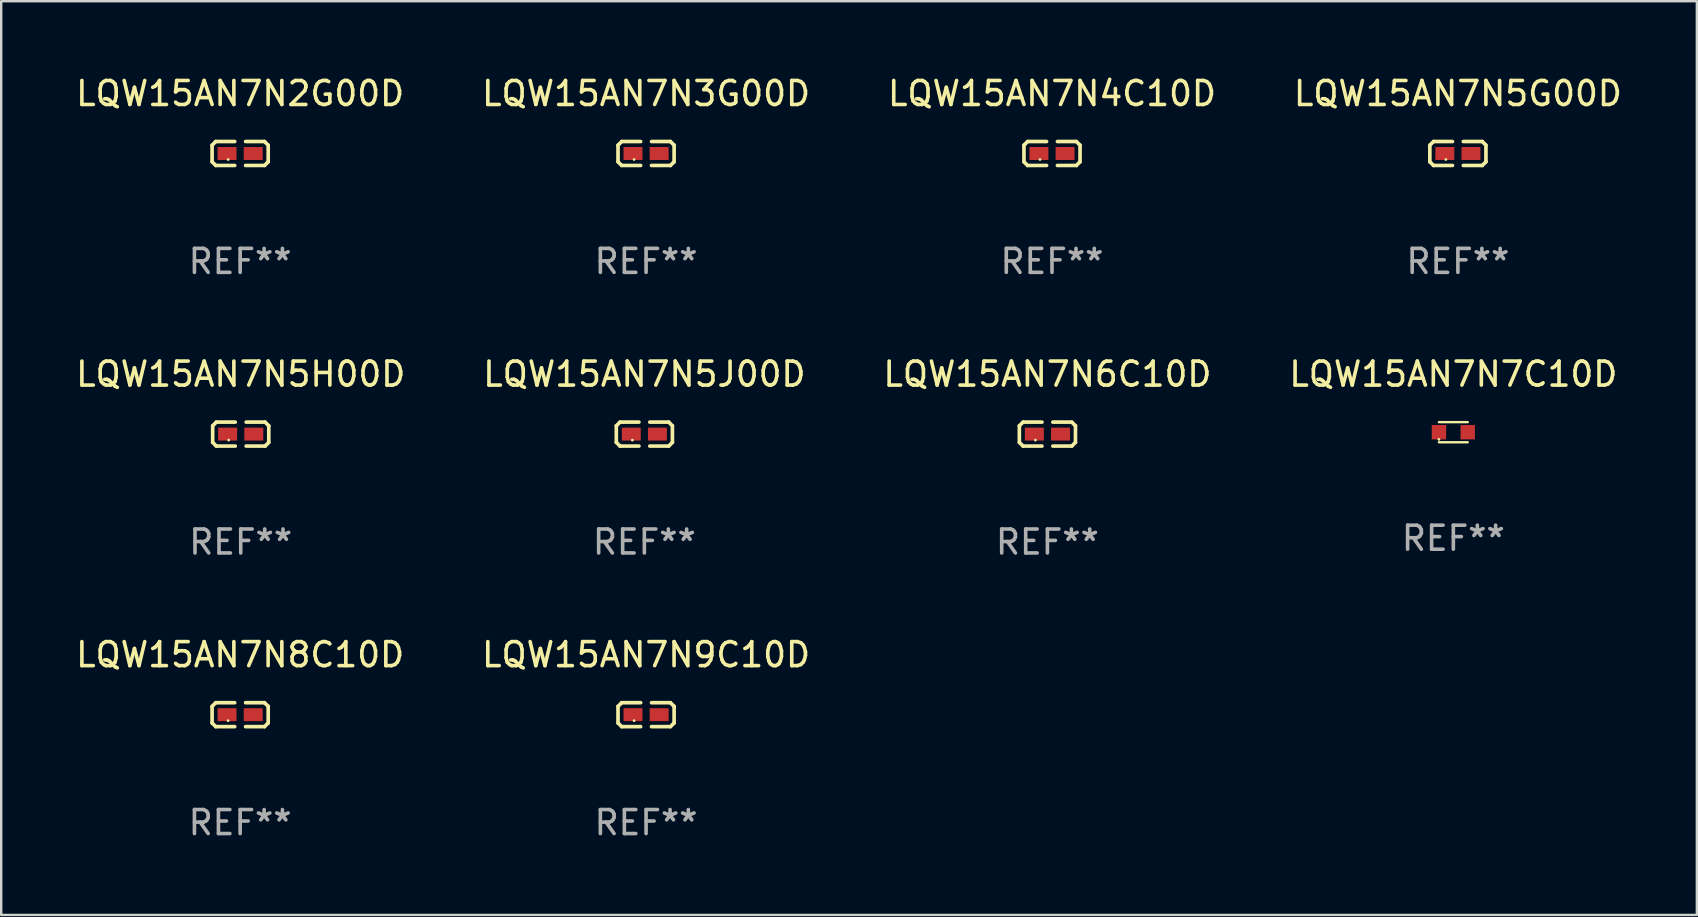
<source format=kicad_pcb>
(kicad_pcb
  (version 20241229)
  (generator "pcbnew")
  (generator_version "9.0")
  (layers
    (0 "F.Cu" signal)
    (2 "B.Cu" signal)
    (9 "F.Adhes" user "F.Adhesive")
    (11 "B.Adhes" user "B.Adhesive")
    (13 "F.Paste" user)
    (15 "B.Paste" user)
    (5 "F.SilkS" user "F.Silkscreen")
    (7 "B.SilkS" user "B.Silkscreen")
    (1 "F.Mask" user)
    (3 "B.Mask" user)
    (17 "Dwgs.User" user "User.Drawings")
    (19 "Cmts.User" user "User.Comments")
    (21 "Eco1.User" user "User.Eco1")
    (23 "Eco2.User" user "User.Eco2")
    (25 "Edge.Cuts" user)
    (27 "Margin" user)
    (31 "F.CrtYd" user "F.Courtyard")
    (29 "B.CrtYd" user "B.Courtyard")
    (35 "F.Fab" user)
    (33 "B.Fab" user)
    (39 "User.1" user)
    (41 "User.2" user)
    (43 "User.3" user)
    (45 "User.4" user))
  (footprint "LQW15AN7N5G00D"
    (layer "F.Cu")
    (at 57.708 3.347)
    (property "Reference" "LQW15AN7N5G00D" (at 0 -2.499 0) (layer "F.SilkS") (effects (font (size 1 1) (thickness 0.15))))
    (attr through_hole)
    (fp_line (start -1.169 -0.346) (end -1.016 -0.499) (stroke (width 0.152) (type solid)) (layer "F.SilkS"))
    (fp_line (start -1.169 0.346) (end -1.169 -0.346) (stroke (width 0.152) (type solid)) (layer "F.SilkS"))
    (fp_line (start -1.016 -0.499) (end -0.226 -0.499) (stroke (width 0.152) (type solid)) (layer "F.SilkS"))
    (fp_line (start -1.016 0.499) (end -1.169 0.346) (stroke (width 0.152) (type solid)) (layer "F.SilkS"))
    (fp_line (start -0.226 0.499) (end -1.016 0.499) (stroke (width 0.152) (type solid)) (layer "F.SilkS"))
    (fp_line (start 0.226 0.499) (end 1.016 0.499) (stroke (width 0.152) (type solid)) (layer "F.SilkS"))
    (fp_line (start 1.016 -0.499) (end 0.226 -0.499) (stroke (width 0.152) (type solid)) (layer "F.SilkS"))
    (fp_line (start 1.016 0.499) (end 1.169 0.346) (stroke (width 0.152) (type solid)) (layer "F.SilkS"))
    (fp_line (start 1.169 -0.346) (end 1.016 -0.499) (stroke (width 0.152) (type solid)) (layer "F.SilkS"))
    (fp_line (start 1.169 0.346) (end 1.169 -0.346) (stroke (width 0.152) (type solid)) (layer "F.SilkS"))
    (fp_circle (center -0.5 0.25) (end -0.47 0.25) (stroke (width 0.06) (type solid)) (fill no) (layer "F.SilkS"))
    (fp_text user "REF**" (at 0 4.499 0) (layer "F.Fab") (effects (font (size 1 1) (thickness 0.15))))
    (pad "1" smd rect (at -0.545 0) (size 0.79 0.54) (layers "F.Cu" "F.Mask" "F.Paste"))
    (pad "2" smd rect (at 0.545 0) (size 0.79 0.54) (layers "F.Cu" "F.Mask" "F.Paste")))
  (footprint "LQW15AN7N5J00D"
    (layer "F.Cu")
    (at 23.804 15.041)
    (property "Reference" "LQW15AN7N5J00D" (at 0 -2.499 0) (layer "F.SilkS") (effects (font (size 1 1) (thickness 0.15))))
    (attr through_hole)
    (fp_line (start -1.169 -0.346) (end -1.016 -0.499) (stroke (width 0.152) (type solid)) (layer "F.SilkS"))
    (fp_line (start -1.169 0.346) (end -1.169 -0.346) (stroke (width 0.152) (type solid)) (layer "F.SilkS"))
    (fp_line (start -1.016 -0.499) (end -0.226 -0.499) (stroke (width 0.152) (type solid)) (layer "F.SilkS"))
    (fp_line (start -1.016 0.499) (end -1.169 0.346) (stroke (width 0.152) (type solid)) (layer "F.SilkS"))
    (fp_line (start -0.226 0.499) (end -1.016 0.499) (stroke (width 0.152) (type solid)) (layer "F.SilkS"))
    (fp_line (start 0.226 0.499) (end 1.016 0.499) (stroke (width 0.152) (type solid)) (layer "F.SilkS"))
    (fp_line (start 1.016 -0.499) (end 0.226 -0.499) (stroke (width 0.152) (type solid)) (layer "F.SilkS"))
    (fp_line (start 1.016 0.499) (end 1.169 0.346) (stroke (width 0.152) (type solid)) (layer "F.SilkS"))
    (fp_line (start 1.169 -0.346) (end 1.016 -0.499) (stroke (width 0.152) (type solid)) (layer "F.SilkS"))
    (fp_line (start 1.169 0.346) (end 1.169 -0.346) (stroke (width 0.152) (type solid)) (layer "F.SilkS"))
    (fp_circle (center -0.5 0.25) (end -0.47 0.25) (stroke (width 0.06) (type solid)) (fill no) (layer "F.SilkS"))
    (fp_text user "REF**" (at 0 4.499 0) (layer "F.Fab") (effects (font (size 1 1) (thickness 0.15))))
    (pad "1" smd rect (at -0.545 0) (size 0.79 0.54) (layers "F.Cu" "F.Mask" "F.Paste"))
    (pad "2" smd rect (at 0.545 0) (size 0.79 0.54) (layers "F.Cu" "F.Mask" "F.Paste")))
  (footprint "LQW15AN7N2G00D"
    (layer "F.Cu")
    (at 6.958 3.347)
    (property "Reference" "LQW15AN7N2G00D" (at 0 -2.499 0) (layer "F.SilkS") (effects (font (size 1 1) (thickness 0.15))))
    (attr through_hole)
    (fp_line (start -1.169 -0.346) (end -1.016 -0.499) (stroke (width 0.152) (type solid)) (layer "F.SilkS"))
    (fp_line (start -1.169 0.346) (end -1.169 -0.346) (stroke (width 0.152) (type solid)) (layer "F.SilkS"))
    (fp_line (start -1.016 -0.499) (end -0.226 -0.499) (stroke (width 0.152) (type solid)) (layer "F.SilkS"))
    (fp_line (start -1.016 0.499) (end -1.169 0.346) (stroke (width 0.152) (type solid)) (layer "F.SilkS"))
    (fp_line (start -0.226 0.499) (end -1.016 0.499) (stroke (width 0.152) (type solid)) (layer "F.SilkS"))
    (fp_line (start 0.226 0.499) (end 1.016 0.499) (stroke (width 0.152) (type solid)) (layer "F.SilkS"))
    (fp_line (start 1.016 -0.499) (end 0.226 -0.499) (stroke (width 0.152) (type solid)) (layer "F.SilkS"))
    (fp_line (start 1.016 0.499) (end 1.169 0.346) (stroke (width 0.152) (type solid)) (layer "F.SilkS"))
    (fp_line (start 1.169 -0.346) (end 1.016 -0.499) (stroke (width 0.152) (type solid)) (layer "F.SilkS"))
    (fp_line (start 1.169 0.346) (end 1.169 -0.346) (stroke (width 0.152) (type solid)) (layer "F.SilkS"))
    (fp_circle (center -0.5 0.25) (end -0.47 0.25) (stroke (width 0.06) (type solid)) (fill no) (layer "F.SilkS"))
    (fp_text user "REF**" (at 0 4.499 0) (layer "F.Fab") (effects (font (size 1 1) (thickness 0.15))))
    (pad "1" smd rect (at -0.545 0) (size 0.79 0.54) (layers "F.Cu" "F.Mask" "F.Paste"))
    (pad "2" smd rect (at 0.545 0) (size 0.79 0.54) (layers "F.Cu" "F.Mask" "F.Paste")))
  (footprint "LQW15AN7N8C10D"
    (layer "F.Cu")
    (at 6.958 26.734)
    (property "Reference" "LQW15AN7N8C10D" (at 0 -2.499 0) (layer "F.SilkS") (effects (font (size 1 1) (thickness 0.15))))
    (attr through_hole)
    (fp_line (start -1.169 -0.346) (end -1.016 -0.499) (stroke (width 0.152) (type solid)) (layer "F.SilkS"))
    (fp_line (start -1.169 0.346) (end -1.169 -0.346) (stroke (width 0.152) (type solid)) (layer "F.SilkS"))
    (fp_line (start -1.016 -0.499) (end -0.226 -0.499) (stroke (width 0.152) (type solid)) (layer "F.SilkS"))
    (fp_line (start -1.016 0.499) (end -1.169 0.346) (stroke (width 0.152) (type solid)) (layer "F.SilkS"))
    (fp_line (start -0.226 0.499) (end -1.016 0.499) (stroke (width 0.152) (type solid)) (layer "F.SilkS"))
    (fp_line (start 0.226 0.499) (end 1.016 0.499) (stroke (width 0.152) (type solid)) (layer "F.SilkS"))
    (fp_line (start 1.016 -0.499) (end 0.226 -0.499) (stroke (width 0.152) (type solid)) (layer "F.SilkS"))
    (fp_line (start 1.016 0.499) (end 1.169 0.346) (stroke (width 0.152) (type solid)) (layer "F.SilkS"))
    (fp_line (start 1.169 -0.346) (end 1.016 -0.499) (stroke (width 0.152) (type solid)) (layer "F.SilkS"))
    (fp_line (start 1.169 0.346) (end 1.169 -0.346) (stroke (width 0.152) (type solid)) (layer "F.SilkS"))
    (fp_circle (center -0.5 0.25) (end -0.47 0.25) (stroke (width 0.06) (type solid)) (fill no) (layer "F.SilkS"))
    (fp_text user "REF**" (at 0 4.499 0) (layer "F.Fab") (effects (font (size 1 1) (thickness 0.15))))
    (pad "1" smd rect (at -0.545 0) (size 0.79 0.54) (layers "F.Cu" "F.Mask" "F.Paste"))
    (pad "2" smd rect (at 0.545 0) (size 0.79 0.54) (layers "F.Cu" "F.Mask" "F.Paste")))
  (footprint "LQW15AN7N4C10D"
    (layer "F.Cu")
    (at 40.792 3.347)
    (property "Reference" "LQW15AN7N4C10D" (at 0 -2.499 0) (layer "F.SilkS") (effects (font (size 1 1) (thickness 0.15))))
    (attr through_hole)
    (fp_line (start -1.169 -0.346) (end -1.016 -0.499) (stroke (width 0.152) (type solid)) (layer "F.SilkS"))
    (fp_line (start -1.169 0.346) (end -1.169 -0.346) (stroke (width 0.152) (type solid)) (layer "F.SilkS"))
    (fp_line (start -1.016 -0.499) (end -0.226 -0.499) (stroke (width 0.152) (type solid)) (layer "F.SilkS"))
    (fp_line (start -1.016 0.499) (end -1.169 0.346) (stroke (width 0.152) (type solid)) (layer "F.SilkS"))
    (fp_line (start -0.226 0.499) (end -1.016 0.499) (stroke (width 0.152) (type solid)) (layer "F.SilkS"))
    (fp_line (start 0.226 0.499) (end 1.016 0.499) (stroke (width 0.152) (type solid)) (layer "F.SilkS"))
    (fp_line (start 1.016 -0.499) (end 0.226 -0.499) (stroke (width 0.152) (type solid)) (layer "F.SilkS"))
    (fp_line (start 1.016 0.499) (end 1.169 0.346) (stroke (width 0.152) (type solid)) (layer "F.SilkS"))
    (fp_line (start 1.169 -0.346) (end 1.016 -0.499) (stroke (width 0.152) (type solid)) (layer "F.SilkS"))
    (fp_line (start 1.169 0.346) (end 1.169 -0.346) (stroke (width 0.152) (type solid)) (layer "F.SilkS"))
    (fp_circle (center -0.5 0.25) (end -0.47 0.25) (stroke (width 0.06) (type solid)) (fill no) (layer "F.SilkS"))
    (fp_text user "REF**" (at 0 4.499 0) (layer "F.Fab") (effects (font (size 1 1) (thickness 0.15))))
    (pad "1" smd rect (at -0.545 0) (size 0.79 0.54) (layers "F.Cu" "F.Mask" "F.Paste"))
    (pad "2" smd rect (at 0.545 0) (size 0.79 0.54) (layers "F.Cu" "F.Mask" "F.Paste")))
  (footprint "LQW15AN7N6C10D"
    (layer "F.Cu")
    (at 40.601 15.041)
    (property "Reference" "LQW15AN7N6C10D" (at 0 -2.499 0) (layer "F.SilkS") (effects (font (size 1 1) (thickness 0.15))))
    (attr through_hole)
    (fp_line (start -1.169 -0.346) (end -1.016 -0.499) (stroke (width 0.152) (type solid)) (layer "F.SilkS"))
    (fp_line (start -1.169 0.346) (end -1.169 -0.346) (stroke (width 0.152) (type solid)) (layer "F.SilkS"))
    (fp_line (start -1.016 -0.499) (end -0.226 -0.499) (stroke (width 0.152) (type solid)) (layer "F.SilkS"))
    (fp_line (start -1.016 0.499) (end -1.169 0.346) (stroke (width 0.152) (type solid)) (layer "F.SilkS"))
    (fp_line (start -0.226 0.499) (end -1.016 0.499) (stroke (width 0.152) (type solid)) (layer "F.SilkS"))
    (fp_line (start 0.226 0.499) (end 1.016 0.499) (stroke (width 0.152) (type solid)) (layer "F.SilkS"))
    (fp_line (start 1.016 -0.499) (end 0.226 -0.499) (stroke (width 0.152) (type solid)) (layer "F.SilkS"))
    (fp_line (start 1.016 0.499) (end 1.169 0.346) (stroke (width 0.152) (type solid)) (layer "F.SilkS"))
    (fp_line (start 1.169 -0.346) (end 1.016 -0.499) (stroke (width 0.152) (type solid)) (layer "F.SilkS"))
    (fp_line (start 1.169 0.346) (end 1.169 -0.346) (stroke (width 0.152) (type solid)) (layer "F.SilkS"))
    (fp_circle (center -0.5 0.25) (end -0.47 0.25) (stroke (width 0.06) (type solid)) (fill no) (layer "F.SilkS"))
    (fp_text user "REF**" (at 0 4.499 0) (layer "F.Fab") (effects (font (size 1 1) (thickness 0.15))))
    (pad "1" smd rect (at -0.545 0) (size 0.79 0.54) (layers "F.Cu" "F.Mask" "F.Paste"))
    (pad "2" smd rect (at 0.545 0) (size 0.79 0.54) (layers "F.Cu" "F.Mask" "F.Paste")))
  (footprint "LQW15AN7N7C10D"
    (layer "F.Cu")
    (at 57.518 14.962)
    (property "Reference" "LQW15AN7N7C10D" (at 0 -2.42 0) (layer "F.SilkS") (effects (font (size 1 1) (thickness 0.15))))
    (attr through_hole)
    (fp_line (start -0.6 -0.42) (end 0.6 -0.42) (stroke (width 0.1) (type solid)) (layer "F.SilkS"))
    (fp_line (start -0.6 0.42) (end 0.6 0.42) (stroke (width 0.1) (type solid)) (layer "F.SilkS"))
    (fp_circle (center -0.6 0.3) (end -0.57 0.3) (stroke (width 0.06) (type solid)) (fill no) (layer "F.SilkS"))
    (fp_text user "REF**" (at 0 4.42 0) (layer "F.Fab") (effects (font (size 1 1) (thickness 0.15))))
    (pad "1" smd rect (at -0.6 0) (size 0.6 0.6) (layers "F.Cu" "F.Mask" "F.Paste"))
    (pad "2" smd rect (at 0.6 0) (size 0.6 0.6) (layers "F.Cu" "F.Mask" "F.Paste")))
  (footprint "LQW15AN7N9C10D"
    (layer "F.Cu")
    (at 23.875 26.734)
    (property "Reference" "LQW15AN7N9C10D" (at 0 -2.499 0) (layer "F.SilkS") (effects (font (size 1 1) (thickness 0.15))))
    (attr through_hole)
    (fp_line (start -1.169 -0.346) (end -1.016 -0.499) (stroke (width 0.152) (type solid)) (layer "F.SilkS"))
    (fp_line (start -1.169 0.346) (end -1.169 -0.346) (stroke (width 0.152) (type solid)) (layer "F.SilkS"))
    (fp_line (start -1.016 -0.499) (end -0.226 -0.499) (stroke (width 0.152) (type solid)) (layer "F.SilkS"))
    (fp_line (start -1.016 0.499) (end -1.169 0.346) (stroke (width 0.152) (type solid)) (layer "F.SilkS"))
    (fp_line (start -0.226 0.499) (end -1.016 0.499) (stroke (width 0.152) (type solid)) (layer "F.SilkS"))
    (fp_line (start 0.226 0.499) (end 1.016 0.499) (stroke (width 0.152) (type solid)) (layer "F.SilkS"))
    (fp_line (start 1.016 -0.499) (end 0.226 -0.499) (stroke (width 0.152) (type solid)) (layer "F.SilkS"))
    (fp_line (start 1.016 0.499) (end 1.169 0.346) (stroke (width 0.152) (type solid)) (layer "F.SilkS"))
    (fp_line (start 1.169 -0.346) (end 1.016 -0.499) (stroke (width 0.152) (type solid)) (layer "F.SilkS"))
    (fp_line (start 1.169 0.346) (end 1.169 -0.346) (stroke (width 0.152) (type solid)) (layer "F.SilkS"))
    (fp_circle (center -0.5 0.25) (end -0.47 0.25) (stroke (width 0.06) (type solid)) (fill no) (layer "F.SilkS"))
    (fp_text user "REF**" (at 0 4.499 0) (layer "F.Fab") (effects (font (size 1 1) (thickness 0.15))))
    (pad "1" smd rect (at -0.545 0) (size 0.79 0.54) (layers "F.Cu" "F.Mask" "F.Paste"))
    (pad "2" smd rect (at 0.545 0) (size 0.79 0.54) (layers "F.Cu" "F.Mask" "F.Paste")))
  (footprint "LQW15AN7N3G00D"
    (layer "F.Cu")
    (at 23.875 3.347)
    (property "Reference" "LQW15AN7N3G00D" (at 0 -2.499 0) (layer "F.SilkS") (effects (font (size 1 1) (thickness 0.15))))
    (attr through_hole)
    (fp_line (start -1.169 -0.346) (end -1.016 -0.499) (stroke (width 0.152) (type solid)) (layer "F.SilkS"))
    (fp_line (start -1.169 0.346) (end -1.169 -0.346) (stroke (width 0.152) (type solid)) (layer "F.SilkS"))
    (fp_line (start -1.016 -0.499) (end -0.226 -0.499) (stroke (width 0.152) (type solid)) (layer "F.SilkS"))
    (fp_line (start -1.016 0.499) (end -1.169 0.346) (stroke (width 0.152) (type solid)) (layer "F.SilkS"))
    (fp_line (start -0.226 0.499) (end -1.016 0.499) (stroke (width 0.152) (type solid)) (layer "F.SilkS"))
    (fp_line (start 0.226 0.499) (end 1.016 0.499) (stroke (width 0.152) (type solid)) (layer "F.SilkS"))
    (fp_line (start 1.016 -0.499) (end 0.226 -0.499) (stroke (width 0.152) (type solid)) (layer "F.SilkS"))
    (fp_line (start 1.016 0.499) (end 1.169 0.346) (stroke (width 0.152) (type solid)) (layer "F.SilkS"))
    (fp_line (start 1.169 -0.346) (end 1.016 -0.499) (stroke (width 0.152) (type solid)) (layer "F.SilkS"))
    (fp_line (start 1.169 0.346) (end 1.169 -0.346) (stroke (width 0.152) (type solid)) (layer "F.SilkS"))
    (fp_circle (center -0.5 0.25) (end -0.47 0.25) (stroke (width 0.06) (type solid)) (fill no) (layer "F.SilkS"))
    (fp_text user "REF**" (at 0 4.499 0) (layer "F.Fab") (effects (font (size 1 1) (thickness 0.15))))
    (pad "1" smd rect (at -0.545 0) (size 0.79 0.54) (layers "F.Cu" "F.Mask" "F.Paste"))
    (pad "2" smd rect (at 0.545 0) (size 0.79 0.54) (layers "F.Cu" "F.Mask" "F.Paste")))
  (footprint "LQW15AN7N5H00D"
    (layer "F.Cu")
    (at 6.982 15.041)
    (property "Reference" "LQW15AN7N5H00D" (at 0 -2.499 0) (layer "F.SilkS") (effects (font (size 1 1) (thickness 0.15))))
    (attr through_hole)
    (fp_line (start -1.169 -0.346) (end -1.016 -0.499) (stroke (width 0.152) (type solid)) (layer "F.SilkS"))
    (fp_line (start -1.169 0.346) (end -1.169 -0.346) (stroke (width 0.152) (type solid)) (layer "F.SilkS"))
    (fp_line (start -1.016 -0.499) (end -0.226 -0.499) (stroke (width 0.152) (type solid)) (layer "F.SilkS"))
    (fp_line (start -1.016 0.499) (end -1.169 0.346) (stroke (width 0.152) (type solid)) (layer "F.SilkS"))
    (fp_line (start -0.226 0.499) (end -1.016 0.499) (stroke (width 0.152) (type solid)) (layer "F.SilkS"))
    (fp_line (start 0.226 0.499) (end 1.016 0.499) (stroke (width 0.152) (type solid)) (layer "F.SilkS"))
    (fp_line (start 1.016 -0.499) (end 0.226 -0.499) (stroke (width 0.152) (type solid)) (layer "F.SilkS"))
    (fp_line (start 1.016 0.499) (end 1.169 0.346) (stroke (width 0.152) (type solid)) (layer "F.SilkS"))
    (fp_line (start 1.169 -0.346) (end 1.016 -0.499) (stroke (width 0.152) (type solid)) (layer "F.SilkS"))
    (fp_line (start 1.169 0.346) (end 1.169 -0.346) (stroke (width 0.152) (type solid)) (layer "F.SilkS"))
    (fp_circle (center -0.5 0.25) (end -0.47 0.25) (stroke (width 0.06) (type solid)) (fill no) (layer "F.SilkS"))
    (fp_text user "REF**" (at 0 4.499 0) (layer "F.Fab") (effects (font (size 1 1) (thickness 0.15))))
    (pad "1" smd rect (at -0.545 0) (size 0.79 0.54) (layers "F.Cu" "F.Mask" "F.Paste"))
    (pad "2" smd rect (at 0.545 0) (size 0.79 0.54) (layers "F.Cu" "F.Mask" "F.Paste")))
  (gr_rect
    (start -3 -3)
    (end 67.667 35.081)
    (stroke (width 0.1) (type default))
    (fill no)
    (layer "Edge.Cuts")))
</source>
